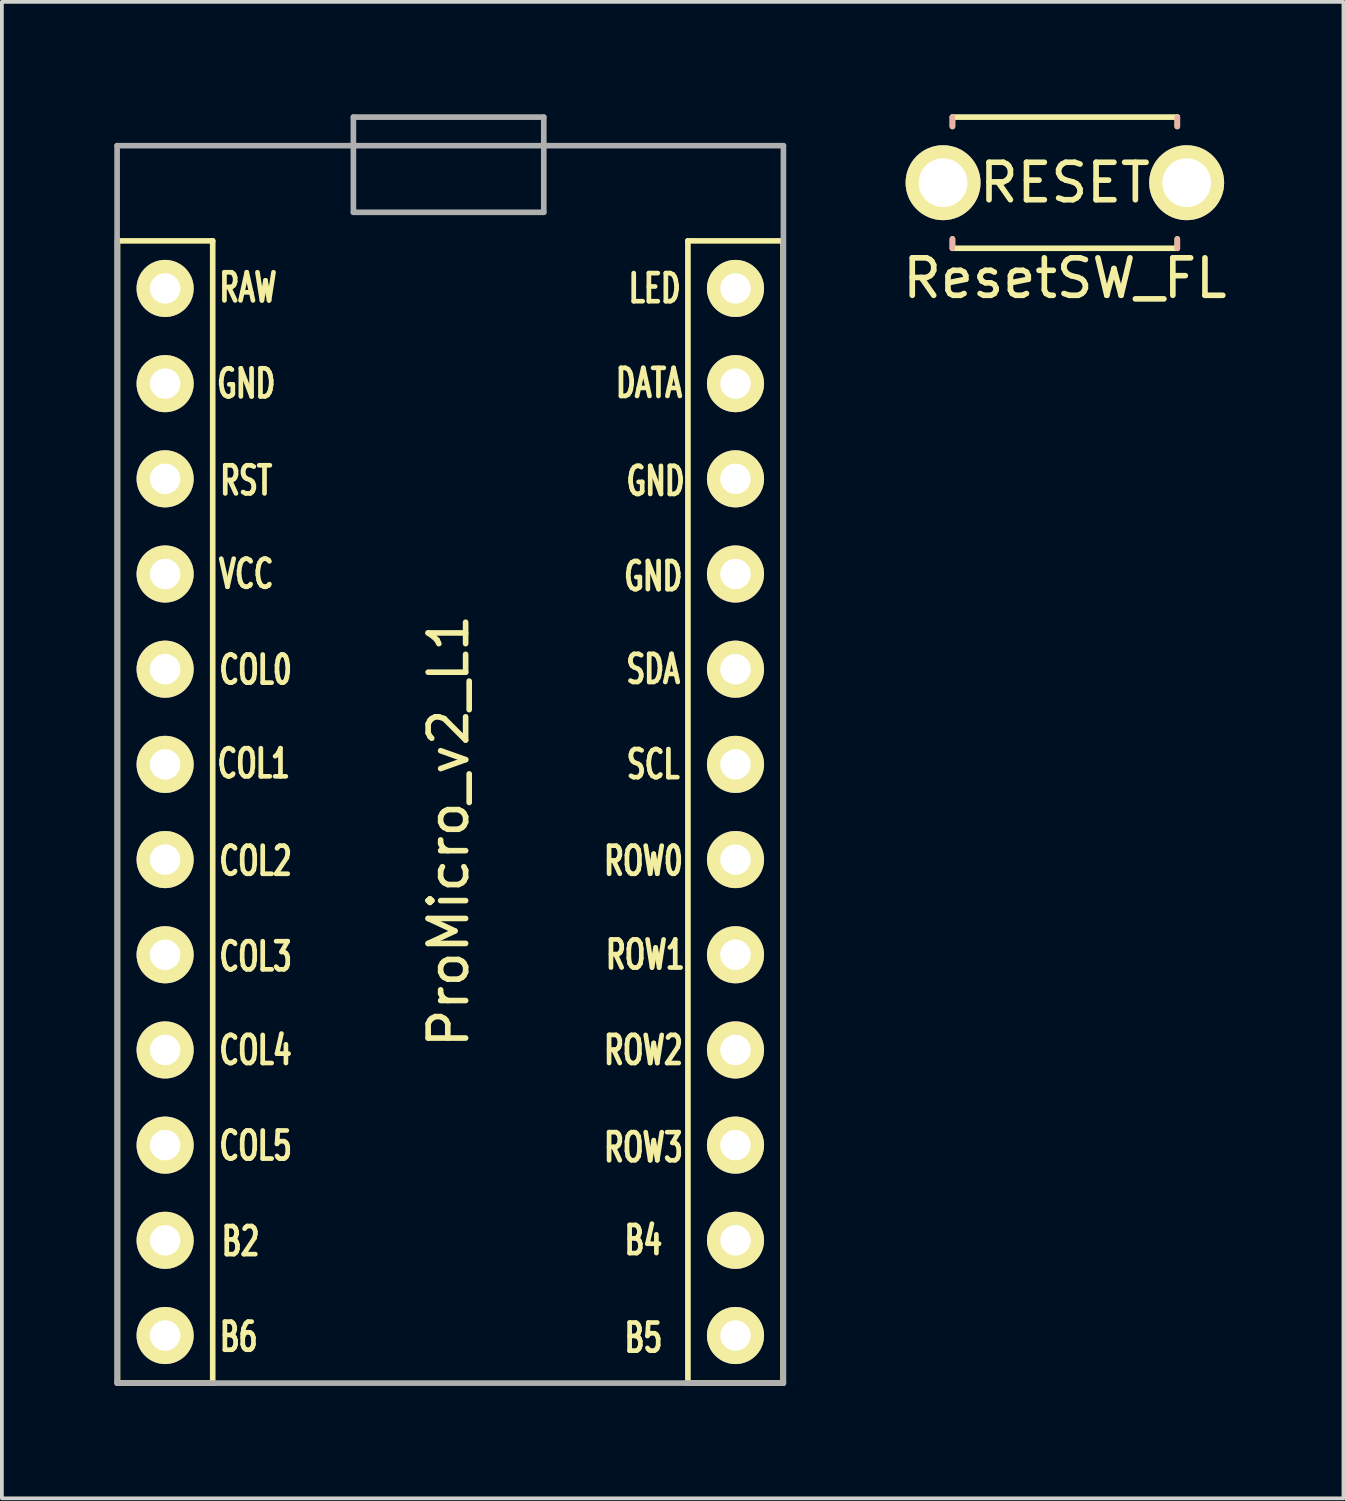
<source format=kicad_pcb>
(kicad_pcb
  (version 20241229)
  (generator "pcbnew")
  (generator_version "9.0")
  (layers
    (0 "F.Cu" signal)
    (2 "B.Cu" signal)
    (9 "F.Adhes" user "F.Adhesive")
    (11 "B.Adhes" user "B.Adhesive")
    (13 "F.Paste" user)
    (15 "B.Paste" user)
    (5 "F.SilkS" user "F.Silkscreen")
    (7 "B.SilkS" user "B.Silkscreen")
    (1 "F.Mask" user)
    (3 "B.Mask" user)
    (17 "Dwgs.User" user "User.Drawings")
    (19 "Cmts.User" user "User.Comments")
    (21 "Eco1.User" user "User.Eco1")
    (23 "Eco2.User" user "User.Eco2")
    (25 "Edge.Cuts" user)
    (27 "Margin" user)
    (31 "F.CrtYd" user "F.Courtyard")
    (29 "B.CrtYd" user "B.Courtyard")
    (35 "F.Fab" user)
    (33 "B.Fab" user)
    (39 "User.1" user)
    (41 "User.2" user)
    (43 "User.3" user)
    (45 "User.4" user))
  (footprint "ProMicro_v2_L1"
    (layer "F.Cu")
    (at 8.92 19.125)
    (property "Reference" "ProMicro_v2_L1" (at 0 0 270) (layer "F.SilkS") (effects (font (size 1 1) (thickness 0.15))))
    (attr through_hole)
    (fp_line (start -8.834 -15.748) (end -6.294 -15.748) (stroke (width 0.15) (type solid)) (layer "F.SilkS"))
    (fp_line (start -8.834 14.732) (end -8.834 -15.748) (stroke (width 0.15) (type solid)) (layer "F.SilkS"))
    (fp_line (start -6.294 -15.748) (end -6.294 14.732) (stroke (width 0.15) (type solid)) (layer "F.SilkS"))
    (fp_line (start -6.294 14.732) (end -8.834 14.732) (stroke (width 0.15) (type solid)) (layer "F.SilkS"))
    (fp_line (start 6.386 -15.748) (end 8.926 -15.748) (stroke (width 0.15) (type solid)) (layer "F.SilkS"))
    (fp_line (start 6.386 14.732) (end 6.386 -15.748) (stroke (width 0.15) (type solid)) (layer "F.SilkS"))
    (fp_line (start 8.926 -15.748) (end 8.926 14.732) (stroke (width 0.15) (type solid)) (layer "F.SilkS"))
    (fp_line (start 8.926 14.732) (end 6.386 14.732) (stroke (width 0.15) (type solid)) (layer "F.SilkS"))
    (fp_line (start -8.845 -18.288) (end 8.935 -18.288) (stroke (width 0.15) (type solid)) (layer "F.Fab"))
    (fp_line (start -8.845 14.732) (end -8.845 -18.288) (stroke (width 0.15) (type solid)) (layer "F.Fab"))
    (fp_line (start -2.54 -19.05) (end -2.54 -16.51) (stroke (width 0.15) (type solid)) (layer "F.Fab"))
    (fp_line (start -2.54 -16.51) (end 2.54 -16.51) (stroke (width 0.15) (type solid)) (layer "F.Fab"))
    (fp_line (start 2.54 -19.05) (end -2.54 -19.05) (stroke (width 0.15) (type solid)) (layer "F.Fab"))
    (fp_line (start 2.54 -16.51) (end 2.54 -19.05) (stroke (width 0.15) (type solid)) (layer "F.Fab"))
    (fp_line (start 8.935 -18.288) (end 8.935 14.732) (stroke (width 0.15) (type solid)) (layer "F.Fab"))
    (fp_line (start 8.935 14.732) (end -8.845 14.732) (stroke (width 0.15) (type solid)) (layer "F.Fab"))
    (fp_text user "RST" (at -5.4 -9.35 0) (layer "F.SilkS") (effects (font (size 0.75 0.5) (thickness 0.125))))
    (fp_text user "ROW0" (at 5.2 0.8 0) (layer "F.SilkS") (effects (font (size 0.75 0.5) (thickness 0.125))))
    (fp_text user "DATA" (at 5.35 -11.95 0) (layer "F.SilkS") (effects (font (size 0.75 0.5) (thickness 0.125))))
    (fp_text user "ROW2" (at 5.2 5.85 0) (layer "F.SilkS") (effects (font (size 0.75 0.5) (thickness 0.125))))
    (fp_text user "VCC" (at -5.4 -6.858 0) (layer "F.SilkS") (effects (font (size 0.75 0.5) (thickness 0.125))))
    (fp_text user "COL1" (at -5.2 -1.8 0) (layer "F.SilkS") (effects (font (size 0.75 0.5) (thickness 0.125))))
    (fp_text user "B2" (at -5.55 10.95 0) (layer "F.SilkS") (effects (font (size 0.75 0.5) (thickness 0.125))))
    (fp_text user "B4" (at 5.2 10.922 0) (layer "F.SilkS") (effects (font (size 0.75 0.5) (thickness 0.125))))
    (fp_text user "LED" (at 5.5 -14.478 0) (layer "F.SilkS") (effects (font (size 0.75 0.5) (thickness 0.125))))
    (fp_text user "B6" (at -5.6 13.5 0) (layer "F.SilkS") (effects (font (size 0.75 0.5) (thickness 0.125))))
    (fp_text user "SDA" (at 5.461 -4.318 0) (layer "F.SilkS") (effects (font (size 0.75 0.5) (thickness 0.125))))
    (fp_text user "ROW3" (at 5.2 8.445 0) (layer "F.SilkS") (effects (font (size 0.75 0.5) (thickness 0.125))))
    (fp_text user "COL2" (at -5.15 0.8 0) (layer "F.SilkS") (effects (font (size 0.75 0.5) (thickness 0.125))))
    (fp_text user "SCL" (at 5.461 -1.778 0) (layer "F.SilkS") (effects (font (size 0.75 0.5) (thickness 0.125))))
    (fp_text user "GND" (at -5.4 -11.938 0) (layer "F.SilkS") (effects (font (size 0.75 0.5) (thickness 0.125))))
    (fp_text user "COL5" (at -5.15 8.4 0) (layer "F.SilkS") (effects (font (size 0.75 0.5) (thickness 0.125))))
    (fp_text user "RAW" (at -5.35 -14.5 0) (layer "F.SilkS") (effects (font (size 0.75 0.5) (thickness 0.125))))
    (fp_text user "" (at -0.5 -17.25 0) (layer "F.SilkS") (effects (font (size 1 1) (thickness 0.15))))
    (fp_text user "COL3" (at -5.15 3.35 0) (layer "F.SilkS") (effects (font (size 0.75 0.5) (thickness 0.125))))
    (fp_text user "COL4" (at -5.15 5.85 0) (layer "F.SilkS") (effects (font (size 0.75 0.5) (thickness 0.125))))
    (fp_text user "ROW1" (at 5.25 3.302 0) (layer "F.SilkS") (effects (font (size 0.75 0.5) (thickness 0.125))))
    (fp_text user "GND" (at 5.524 -9.335 0) (layer "F.SilkS") (effects (font (size 0.75 0.5) (thickness 0.125))))
    (fp_text user "B5" (at 5.2 13.525 0) (layer "F.SilkS") (effects (font (size 0.75 0.5) (thickness 0.125))))
    (fp_text user "COL0" (at -5.15 -4.3 0) (layer "F.SilkS") (effects (font (size 0.75 0.5) (thickness 0.125))))
    (fp_text user "GND" (at 5.461 -6.795 0) (layer "F.SilkS") (effects (font (size 0.75 0.5) (thickness 0.125))))
    (fp_text user "" (at -1.206 -16.256 0) (layer "B.SilkS") (effects (font (size 1 1) (thickness 0.15)) (justify mirror)))
    (pad "1" thru_hole circle (at 7.656 -14.478) (size 1.524 1.524) (drill 0.813) (layers "*.Cu" "*.Mask" "F.SilkS"))
    (pad "2" thru_hole circle (at 7.656 -11.938) (size 1.524 1.524) (drill 0.813) (layers "*.Cu" "*.Mask" "F.SilkS"))
    (pad "3" thru_hole circle (at 7.656 -9.398) (size 1.524 1.524) (drill 0.813) (layers "*.Cu" "*.Mask" "F.SilkS"))
    (pad "4" thru_hole circle (at 7.656 -6.858) (size 1.524 1.524) (drill 0.813) (layers "*.Cu" "*.Mask" "F.SilkS"))
    (pad "5" thru_hole circle (at 7.656 -4.318) (size 1.524 1.524) (drill 0.813) (layers "*.Cu" "*.Mask" "F.SilkS"))
    (pad "6" thru_hole circle (at 7.656 -1.778) (size 1.524 1.524) (drill 0.813) (layers "*.Cu" "*.Mask" "F.SilkS"))
    (pad "7" thru_hole circle (at 7.656 0.762) (size 1.524 1.524) (drill 0.813) (layers "*.Cu" "*.Mask" "F.SilkS"))
    (pad "8" thru_hole circle (at 7.656 3.302) (size 1.524 1.524) (drill 0.813) (layers "*.Cu" "*.Mask" "F.SilkS"))
    (pad "9" thru_hole circle (at 7.656 5.842) (size 1.524 1.524) (drill 0.813) (layers "*.Cu" "*.Mask" "F.SilkS"))
    (pad "10" thru_hole circle (at 7.656 8.382) (size 1.524 1.524) (drill 0.813) (layers "*.Cu" "*.Mask" "F.SilkS"))
    (pad "11" thru_hole circle (at 7.656 10.922) (size 1.524 1.524) (drill 0.813) (layers "*.Cu" "*.Mask" "F.SilkS"))
    (pad "12" thru_hole circle (at 7.656 13.462) (size 1.524 1.524) (drill 0.813) (layers "*.Cu" "*.Mask" "F.SilkS"))
    (pad "13" thru_hole circle (at -7.564 13.462) (size 1.524 1.524) (drill 0.813) (layers "*.Cu" "*.Mask" "F.SilkS"))
    (pad "14" thru_hole circle (at -7.564 10.922) (size 1.524 1.524) (drill 0.813) (layers "*.Cu" "*.Mask" "F.SilkS"))
    (pad "15" thru_hole circle (at -7.564 8.382) (size 1.524 1.524) (drill 0.813) (layers "*.Cu" "*.Mask" "F.SilkS"))
    (pad "16" thru_hole circle (at -7.564 5.842) (size 1.524 1.524) (drill 0.813) (layers "*.Cu" "*.Mask" "F.SilkS"))
    (pad "17" thru_hole circle (at -7.564 3.302) (size 1.524 1.524) (drill 0.813) (layers "*.Cu" "*.Mask" "F.SilkS"))
    (pad "18" thru_hole circle (at -7.564 0.762) (size 1.524 1.524) (drill 0.813) (layers "*.Cu" "*.Mask" "F.SilkS"))
    (pad "19" thru_hole circle (at -7.564 -1.778) (size 1.524 1.524) (drill 0.813) (layers "*.Cu" "*.Mask" "F.SilkS"))
    (pad "20" thru_hole circle (at -7.564 -4.318) (size 1.524 1.524) (drill 0.813) (layers "*.Cu" "*.Mask" "F.SilkS"))
    (pad "21" thru_hole circle (at -7.564 -6.858) (size 1.524 1.524) (drill 0.813) (layers "*.Cu" "*.Mask" "F.SilkS"))
    (pad "22" thru_hole circle (at -7.564 -9.398) (size 1.524 1.524) (drill 0.813) (layers "*.Cu" "*.Mask" "F.SilkS"))
    (pad "23" thru_hole circle (at -7.564 -11.938) (size 1.524 1.524) (drill 0.813) (layers "*.Cu" "*.Mask" "F.SilkS"))
    (pad "24" thru_hole circle (at -7.564 -14.478) (size 1.524 1.524) (drill 0.813) (layers "*.Cu" "*.Mask" "F.SilkS")))
  (footprint "ResetSW_FL"
    (layer "F.Cu")
    (at 25.365 1.825)
    (property "Reference" "ResetSW_FL" (at 0 2.55 0) (layer "F.SilkS") (effects (font (size 1 1) (thickness 0.15))))
    (attr through_hole)
    (fp_line (start -3 -1.75) (end -3 -1.5) (stroke (width 0.15) (type solid)) (layer "F.SilkS"))
    (fp_line (start -3 -1.75) (end 3 -1.75) (stroke (width 0.15) (type solid)) (layer "F.SilkS"))
    (fp_line (start -3 1.75) (end -3 1.5) (stroke (width 0.15) (type solid)) (layer "F.SilkS"))
    (fp_line (start -3 1.75) (end 3 1.75) (stroke (width 0.15) (type solid)) (layer "F.SilkS"))
    (fp_line (start 3 -1.75) (end 3 -1.5) (stroke (width 0.15) (type solid)) (layer "F.SilkS"))
    (fp_line (start 3 1.75) (end 3 1.5) (stroke (width 0.15) (type solid)) (layer "F.SilkS"))
    (fp_line (start -3 -1.5) (end -3 -1.75) (stroke (width 0.15) (type solid)) (layer "B.SilkS"))
    (fp_line (start -3 1.75) (end -3 1.5) (stroke (width 0.15) (type solid)) (layer "B.SilkS"))
    (fp_line (start 3 -1.75) (end 3 -1.5) (stroke (width 0.15) (type solid)) (layer "B.SilkS"))
    (fp_line (start 3 1.5) (end 3 1.75) (stroke (width 0.15) (type solid)) (layer "B.SilkS"))
    (fp_text user "RESET" (at 0 0 0) (layer "F.SilkS") (effects (font (size 1 1) (thickness 0.15))))
    (pad "1" thru_hole circle (at 3.25 0) (size 2 2) (drill 1.3) (layers "*.Cu" "*.Mask" "F.SilkS"))
    (pad "2" thru_hole circle (at -3.25 0) (size 2 2) (drill 1.3) (layers "*.Cu" "*.Mask" "F.SilkS")))
  (gr_rect
    (start -3 -3)
    (end 32.799 36.932)
    (stroke (width 0.1) (type default))
    (fill no)
    (layer "Edge.Cuts")))
</source>
